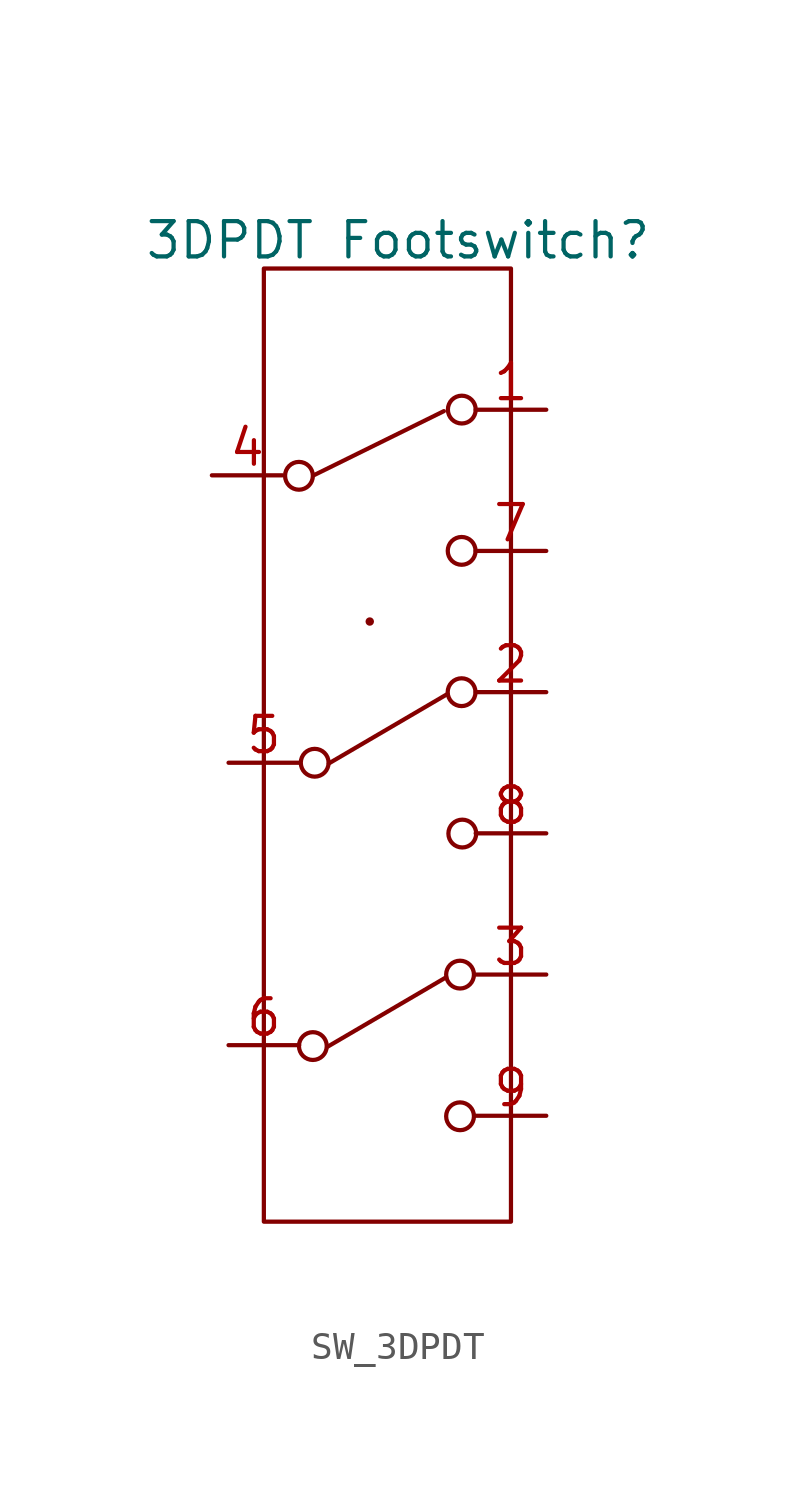
<source format=kicad_sym>
(kicad_symbol_lib
  (version 20241209)
  (generator "kicad_symbol_editor")
  (generator_version "9.0")
  (symbol "SW_3DPDT"
    (pin_names
      (hide yes))
    (property "Reference" "3DPDT Footswitch"
      (at -0.254 17.526 0)
      (effects (font (size 1.27 1.27))))
    (property "Value" ""
      (at 0 0 0)
      (effects (font (size 1.27 1.27))))
    (symbol "SW_3DPDT_0_1"
      (polyline (pts (xy -3.289 9.07) (xy 1.396 11.379)) (stroke (width 0) (type default)) (fill (type none)))
      (polyline (pts (xy -2.786 -11.485) (xy 1.481 -8.987)) (stroke (width 0) (type default)) (fill (type none)))
      (polyline (pts (xy -2.743 -1.295) (xy 1.523 1.202)) (stroke (width 0) (type default)) (fill (type none)))
      (circle (center -1.27 3.81) (radius 0.0001) (stroke (width 0) (type default)) (fill (type none)))
      (rectangle (start 3.81 16.51) (end -5.08 -17.78) (stroke (width 0) (type default)) (fill (type none))))
    (symbol "SW_3DPDT_1_1"
      (circle (center -3.817 9.053) (radius 0.5) (stroke (width 0) (type solid)) (fill (type none)))
      (circle (center -3.317 -11.463) (radius 0.5) (stroke (width 0) (type solid)) (fill (type none)))
      (circle (center -3.251 -1.27) (radius 0.5) (stroke (width 0) (type solid)) (fill (type none)))
      (circle (center 1.978 -8.892) (radius 0.5) (stroke (width 0) (type solid)) (fill (type none)))
      (circle (center 1.978 -13.989) (radius 0.5) (stroke (width 0) (type solid)) (fill (type none)))
      (circle (center 2.034 1.268) (radius 0.5) (stroke (width 0) (type solid)) (fill (type none)))
      (circle (center 2.036 6.352) (radius 0.5) (stroke (width 0) (type solid)) (fill (type none)))
      (circle (center 2.041 11.435) (radius 0.5) (stroke (width 0) (type solid)) (fill (type none)))
      (circle (center 2.059 -3.818) (radius 0.5) (stroke (width 0) (type solid)) (fill (type none)))
      (pin passive line (at -6.95 9.07 0) (length 2.54) (name "D" (effects (font (size 1.27 1.27)))) (number "4" (effects (font (size 1.27 1.27)))))
      (pin passive line (at -6.35 -1.27 0) (length 2.54) (name "E" (effects (font (size 1.27 1.27)))) (number "5" (effects (font (size 1.27 1.27)))))
      (pin passive line (at -6.35 -11.43 0) (length 2.54) (name "F" (effects (font (size 1.27 1.27)))) (number "6" (effects (font (size 1.27 1.27)))))
      (pin passive line (at 5.08 11.43 180) (length 2.54) (name "A" (effects (font (size 1.27 1.27)))) (number "1" (effects (font (size 1.27 1.27)))))
      (pin passive line (at 5.08 6.35 180) (length 2.54) (name "G" (effects (font (size 1.27 1.27)))) (number "7" (effects (font (size 1.27 1.27)))))
      (pin passive line (at 5.08 1.27 180) (length 2.54) (name "B" (effects (font (size 1.27 1.27)))) (number "2" (effects (font (size 1.27 1.27)))))
      (pin passive line (at 5.08 -3.81 180) (length 2.54) (name "G" (effects (font (size 1.27 1.27)))) (number "8" (effects (font (size 1.27 1.27)))))
      (pin passive line (at 5.08 -8.89 180) (length 2.54) (name "C" (effects (font (size 1.27 1.27)))) (number "3" (effects (font (size 1.27 1.27)))))
      (pin passive line (at 5.08 -13.97 180) (length 2.54) (name "G" (effects (font (size 1.27 1.27)))) (number "9" (effects (font (size 1.27 1.27))))))))
</source>
